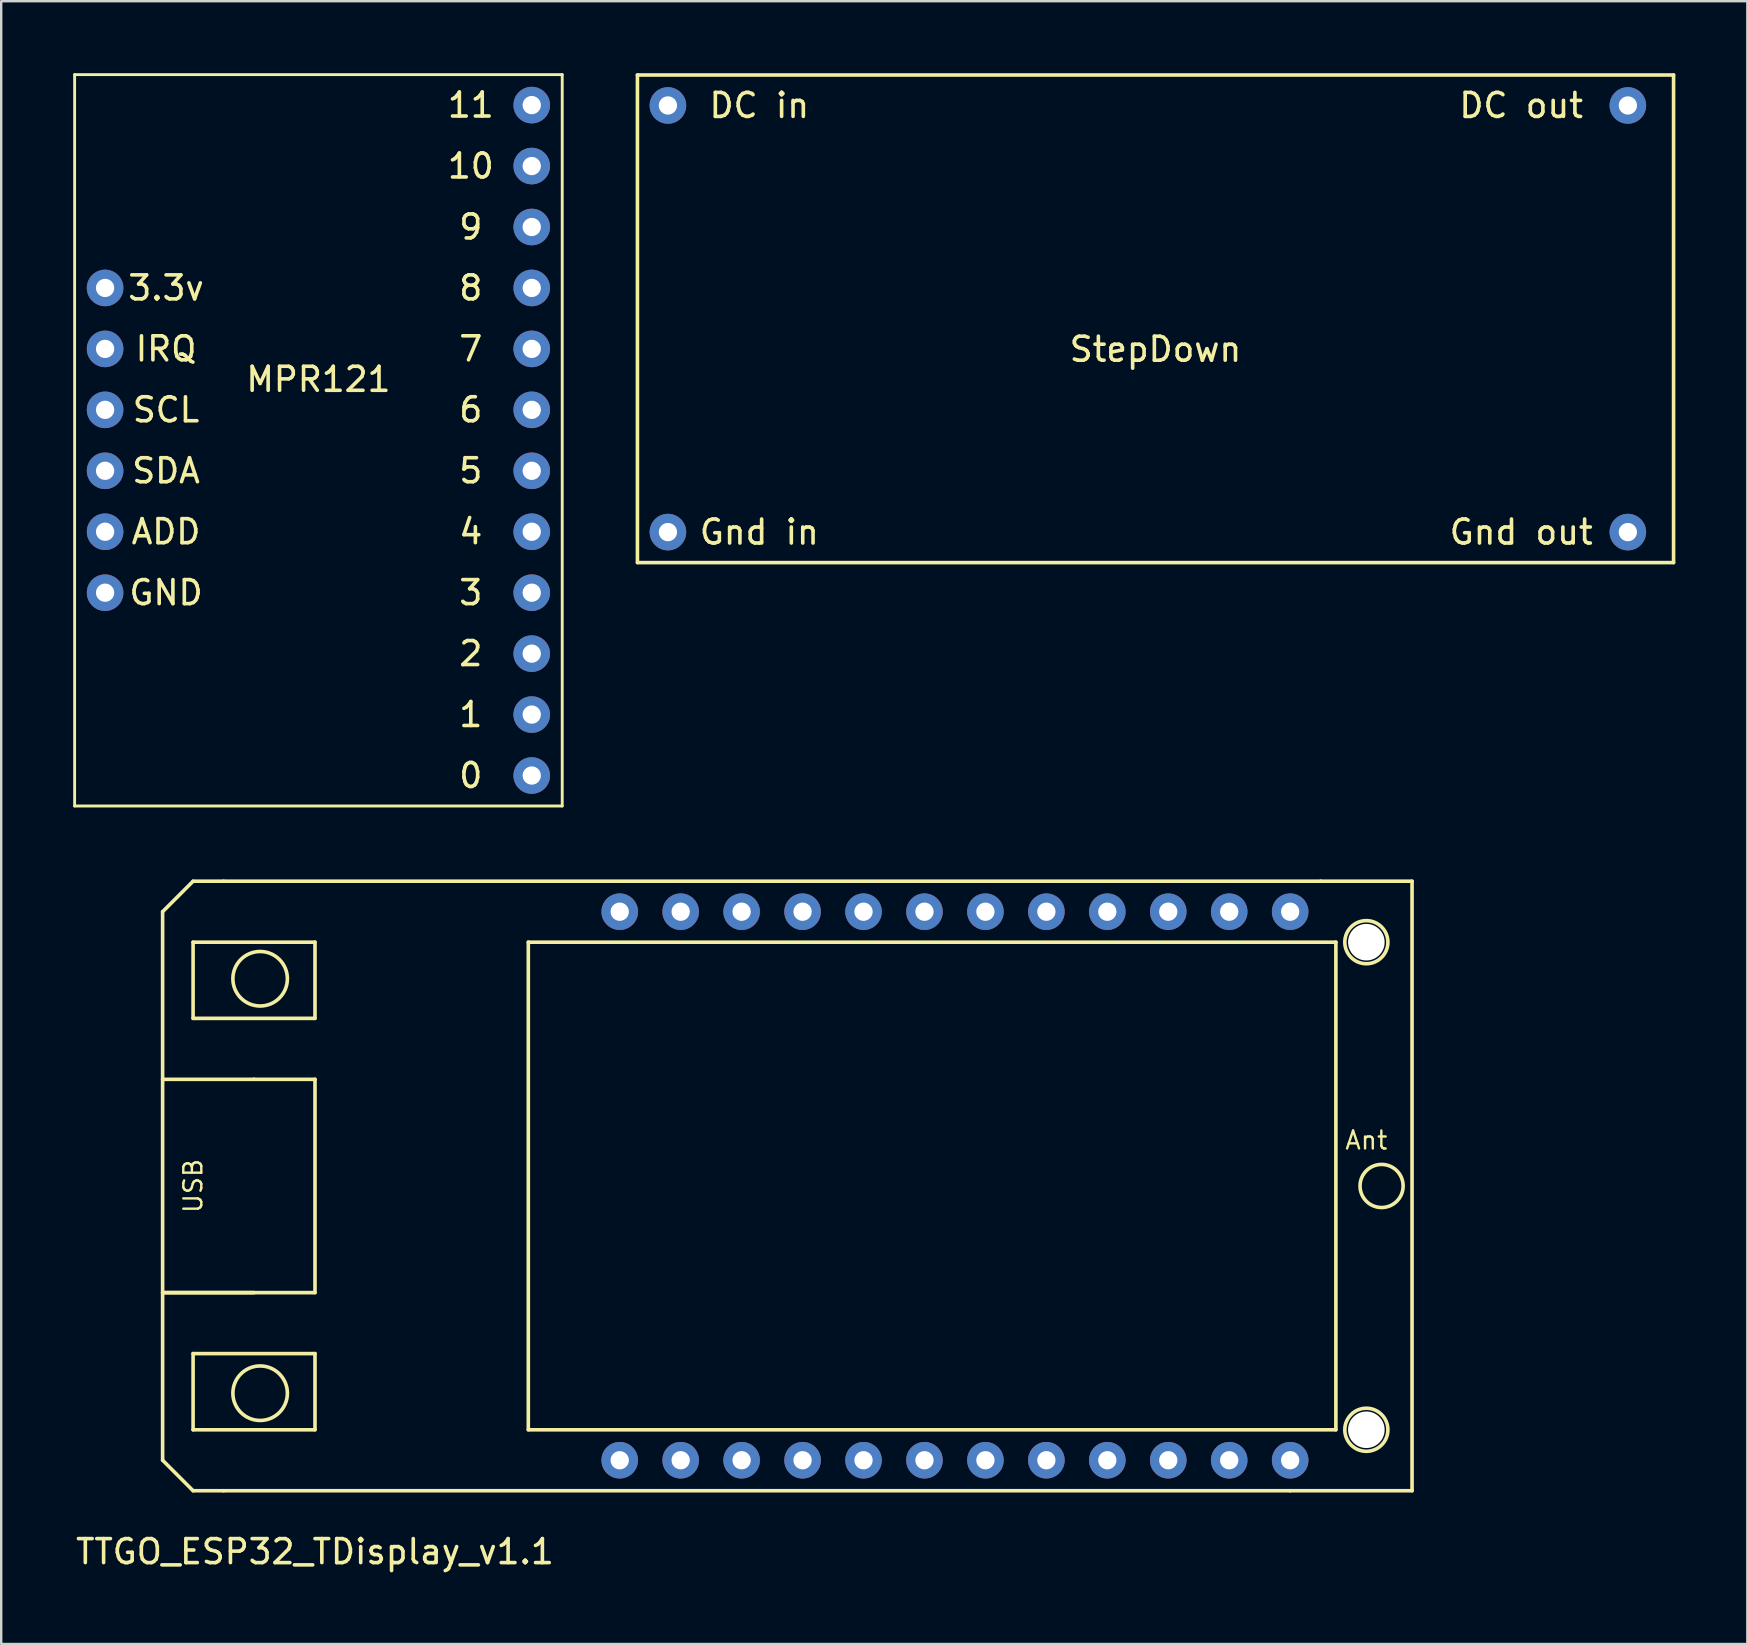
<source format=kicad_pcb>
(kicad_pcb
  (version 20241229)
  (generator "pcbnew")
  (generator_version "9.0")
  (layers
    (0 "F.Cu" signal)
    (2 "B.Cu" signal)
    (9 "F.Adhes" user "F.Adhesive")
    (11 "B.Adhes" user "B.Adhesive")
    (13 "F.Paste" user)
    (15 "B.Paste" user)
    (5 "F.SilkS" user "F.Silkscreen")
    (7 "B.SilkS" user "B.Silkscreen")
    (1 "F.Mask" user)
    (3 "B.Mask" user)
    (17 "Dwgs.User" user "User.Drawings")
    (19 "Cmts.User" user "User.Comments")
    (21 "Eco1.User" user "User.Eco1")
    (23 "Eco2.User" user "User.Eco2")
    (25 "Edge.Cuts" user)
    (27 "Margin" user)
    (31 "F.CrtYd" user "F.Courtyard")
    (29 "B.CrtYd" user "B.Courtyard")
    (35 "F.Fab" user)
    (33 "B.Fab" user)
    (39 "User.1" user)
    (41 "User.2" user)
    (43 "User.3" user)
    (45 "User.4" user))
  (footprint "MPR121"
    (layer "F.Cu")
    (at 14.03 14.03)
    (property "Reference" "MPR121" (at -3.81 -1.27 0) (layer "F.SilkS") (effects (font (size 1 1) (thickness 0.15))))
    (attr through_hole)
    (fp_line (start -13.97 -13.97) (end -13.97 16.51) (stroke (width 0.12) (type solid)) (layer "F.SilkS"))
    (fp_line (start -13.97 16.51) (end 6.35 16.51) (stroke (width 0.12) (type solid)) (layer "F.SilkS"))
    (fp_line (start 6.35 -13.97) (end -13.97 -13.97) (stroke (width 0.12) (type solid)) (layer "F.SilkS"))
    (fp_line (start 6.35 16.51) (end 6.35 -13.97) (stroke (width 0.12) (type solid)) (layer "F.SilkS"))
    (fp_text user "10" (at 2.54 -10.16 0) (layer "F.SilkS") (effects (font (size 1 1) (thickness 0.15))))
    (fp_text user "8" (at 2.54 -5.08 0) (layer "F.SilkS") (effects (font (size 1 1) (thickness 0.15))))
    (fp_text user "9" (at 2.54 -7.62 0) (layer "F.SilkS") (effects (font (size 1 1) (thickness 0.15))))
    (fp_text user "ADD" (at -10.16 5.08 0) (layer "F.SilkS") (effects (font (size 1 1) (thickness 0.15))))
    (fp_text user "7" (at 2.54 -2.54 0) (layer "F.SilkS") (effects (font (size 1 1) (thickness 0.15))))
    (fp_text user "IRQ" (at -10.16 -2.54 0) (layer "F.SilkS") (effects (font (size 1 1) (thickness 0.15))))
    (fp_text user "0" (at 2.54 15.24 0) (layer "F.SilkS") (effects (font (size 1 1) (thickness 0.15))))
    (fp_text user "1" (at 2.54 12.7 0) (layer "F.SilkS") (effects (font (size 1 1) (thickness 0.15))))
    (fp_text user "SDA" (at -10.16 2.54 0) (layer "F.SilkS") (effects (font (size 1 1) (thickness 0.15))))
    (fp_text user "11" (at 2.54 -12.7 0) (layer "F.SilkS") (effects (font (size 1 1) (thickness 0.15))))
    (fp_text user "2" (at 2.54 10.16 0) (layer "F.SilkS") (effects (font (size 1 1) (thickness 0.15))))
    (fp_text user "3.3v" (at -10.16 -5.08 0) (layer "F.SilkS") (effects (font (size 1 1) (thickness 0.15))))
    (fp_text user "3" (at 2.54 7.62 0) (layer "F.SilkS") (effects (font (size 1 1) (thickness 0.15))))
    (fp_text user "SCL" (at -10.16 0 0) (layer "F.SilkS") (effects (font (size 1 1) (thickness 0.15))))
    (fp_text user "6" (at 2.54 0 0) (layer "F.SilkS") (effects (font (size 1 1) (thickness 0.15))))
    (fp_text user "GND" (at -10.16 7.62 0) (layer "F.SilkS") (effects (font (size 1 1) (thickness 0.15))))
    (fp_text user "4" (at 2.54 5.08 0) (layer "F.SilkS") (effects (font (size 1 1) (thickness 0.15))))
    (fp_text user "5" (at 2.54 2.54 0) (layer "F.SilkS") (effects (font (size 1 1) (thickness 0.15))))
    (pad "1" thru_hole circle (at -12.7 7.62) (size 1.524 1.524) (drill 0.762) (layers "*.Cu" "*.Mask"))
    (pad "2" thru_hole circle (at -12.7 5.08) (size 1.524 1.524) (drill 0.762) (layers "*.Cu" "*.Mask"))
    (pad "3" thru_hole circle (at -12.7 2.54) (size 1.524 1.524) (drill 0.762) (layers "*.Cu" "*.Mask"))
    (pad "4" thru_hole circle (at -12.7 0) (size 1.524 1.524) (drill 0.762) (layers "*.Cu" "*.Mask"))
    (pad "5" thru_hole circle (at -12.7 -2.54) (size 1.524 1.524) (drill 0.762) (layers "*.Cu" "*.Mask"))
    (pad "6" thru_hole circle (at -12.7 -5.08) (size 1.524 1.524) (drill 0.762) (layers "*.Cu" "*.Mask"))
    (pad "7" thru_hole circle (at 5.08 15.24) (size 1.524 1.524) (drill 0.762) (layers "*.Cu" "*.Mask"))
    (pad "8" thru_hole circle (at 5.08 12.7) (size 1.524 1.524) (drill 0.762) (layers "*.Cu" "*.Mask"))
    (pad "9" thru_hole circle (at 5.08 10.16) (size 1.524 1.524) (drill 0.762) (layers "*.Cu" "*.Mask"))
    (pad "10" thru_hole circle (at 5.08 7.62) (size 1.524 1.524) (drill 0.762) (layers "*.Cu" "*.Mask"))
    (pad "11" thru_hole circle (at 5.08 5.08) (size 1.524 1.524) (drill 0.762) (layers "*.Cu" "*.Mask"))
    (pad "12" thru_hole circle (at 5.08 2.54) (size 1.524 1.524) (drill 0.762) (layers "*.Cu" "*.Mask"))
    (pad "13" thru_hole circle (at 5.08 0) (size 1.524 1.524) (drill 0.762) (layers "*.Cu" "*.Mask"))
    (pad "14" thru_hole circle (at 5.08 -2.54) (size 1.524 1.524) (drill 0.762) (layers "*.Cu" "*.Mask"))
    (pad "15" thru_hole circle (at 5.08 -5.08) (size 1.524 1.524) (drill 0.762) (layers "*.Cu" "*.Mask"))
    (pad "16" thru_hole circle (at 5.08 -7.62) (size 1.524 1.524) (drill 0.762) (layers "*.Cu" "*.Mask"))
    (pad "17" thru_hole circle (at 5.08 -10.16) (size 1.524 1.524) (drill 0.762) (layers "*.Cu" "*.Mask"))
    (pad "18" thru_hole circle (at 5.08 -12.7 90) (size 1.524 1.524) (drill 0.762) (layers "*.Cu" "*.Mask")))
  (footprint "TTGO_ESP32_TDisplay_v1.1"
    (layer "F.Cu")
    (at 6.267 59.075)
    (property "Reference" "TTGO_ESP32_TDisplay_v1.1" (at 3.81 2.54 0) (layer "F.SilkS") (effects (font (size 1 1) (thickness 0.15))))
    (attr through_hole)
    (fp_line (start -2.54 -24.13) (end -1.27 -25.4) (stroke (width 0.15) (type solid)) (layer "F.SilkS"))
    (fp_line (start -2.54 -8.255) (end 1.27 -8.255) (stroke (width 0.15) (type solid)) (layer "F.SilkS"))
    (fp_line (start -2.54 -1.27) (end -2.54 -24.13) (stroke (width 0.15) (type solid)) (layer "F.SilkS"))
    (fp_line (start -1.27 -25.4) (end 0 -25.4) (stroke (width 0.15) (type solid)) (layer "F.SilkS"))
    (fp_line (start -1.27 -22.86) (end 3.81 -22.86) (stroke (width 0.15) (type solid)) (layer "F.SilkS"))
    (fp_line (start -1.27 -19.685) (end -1.27 -22.86) (stroke (width 0.15) (type solid)) (layer "F.SilkS"))
    (fp_line (start -1.27 -5.715) (end 3.81 -5.715) (stroke (width 0.15) (type solid)) (layer "F.SilkS"))
    (fp_line (start -1.27 -2.54) (end -1.27 -5.715) (stroke (width 0.15) (type solid)) (layer "F.SilkS"))
    (fp_line (start -1.27 0) (end -2.54 -1.27) (stroke (width 0.15) (type solid)) (layer "F.SilkS"))
    (fp_line (start 0 0) (end -1.27 0) (stroke (width 0.15) (type solid)) (layer "F.SilkS"))
    (fp_line (start 1.27 -17.145) (end -2.54 -17.145) (stroke (width 0.15) (type solid)) (layer "F.SilkS"))
    (fp_line (start 1.27 -17.145) (end 3.81 -17.145) (stroke (width 0.15) (type solid)) (layer "F.SilkS"))
    (fp_line (start 3.81 -22.86) (end 3.81 -19.685) (stroke (width 0.15) (type solid)) (layer "F.SilkS"))
    (fp_line (start 3.81 -19.685) (end -1.27 -19.685) (stroke (width 0.15) (type solid)) (layer "F.SilkS"))
    (fp_line (start 3.81 -17.145) (end 3.81 -8.255) (stroke (width 0.15) (type solid)) (layer "F.SilkS"))
    (fp_line (start 3.81 -8.255) (end -2.54 -8.255) (stroke (width 0.15) (type solid)) (layer "F.SilkS"))
    (fp_line (start 3.81 -5.715) (end 3.81 -2.54) (stroke (width 0.15) (type solid)) (layer "F.SilkS"))
    (fp_line (start 3.81 -2.54) (end -1.27 -2.54) (stroke (width 0.15) (type solid)) (layer "F.SilkS"))
    (fp_line (start 12.7 -22.86) (end 46.355 -22.86) (stroke (width 0.15) (type solid)) (layer "F.SilkS"))
    (fp_line (start 12.7 -2.54) (end 12.7 -22.86) (stroke (width 0.15) (type solid)) (layer "F.SilkS"))
    (fp_line (start 44.45 0) (end 0 0) (stroke (width 0.15) (type solid)) (layer "F.SilkS"))
    (fp_line (start 45.72 -25.4) (end 0 -25.4) (stroke (width 0.15) (type solid)) (layer "F.SilkS"))
    (fp_line (start 46.355 -22.86) (end 46.355 -2.54) (stroke (width 0.15) (type solid)) (layer "F.SilkS"))
    (fp_line (start 46.355 -2.54) (end 12.7 -2.54) (stroke (width 0.15) (type solid)) (layer "F.SilkS"))
    (fp_line (start 49.53 -25.4) (end 45.72 -25.4) (stroke (width 0.15) (type solid)) (layer "F.SilkS"))
    (fp_line (start 49.53 -25.4) (end 49.53 0) (stroke (width 0.15) (type solid)) (layer "F.SilkS"))
    (fp_line (start 49.53 0) (end 44.45 0) (stroke (width 0.15) (type solid)) (layer "F.SilkS"))
    (fp_circle (center 1.524 -21.336) (end 2.54 -21.844) (stroke (width 0.15) (type solid)) (fill no) (layer "F.SilkS"))
    (fp_circle (center 1.524 -4.064) (end 2.54 -4.572) (stroke (width 0.15) (type solid)) (fill no) (layer "F.SilkS"))
    (fp_circle (center 47.625 -22.86) (end 48.26 -23.495) (stroke (width 0.15) (type solid)) (fill no) (layer "F.SilkS"))
    (fp_circle (center 47.625 -2.54) (end 48.26 -3.175) (stroke (width 0.15) (type solid)) (fill no) (layer "F.SilkS"))
    (fp_circle (center 48.26 -12.7) (end 48.895 -13.335) (stroke (width 0.15) (type solid)) (fill no) (layer "F.SilkS"))
    (fp_text user "Ant" (at 47.625 -14.605 0) (layer "F.SilkS") (effects (font (size 0.75 0.75) (thickness 0.1))))
    (fp_text user "USB" (at -1.27 -12.7 90) (layer "F.SilkS") (effects (font (size 0.75 0.75) (thickness 0.1))))
    (pad "" np_thru_hole circle (at 47.625 -22.86) (size 1.524 1.524) (drill 1.524) (layers "*.Cu" "*.Mask"))
    (pad "" np_thru_hole circle (at 47.625 -2.54) (size 1.524 1.524) (drill 1.524) (layers "*.Cu" "*.Mask"))
    (pad "1" thru_hole circle (at 16.51 -1.27) (size 1.524 1.524) (drill 0.762) (layers "*.Cu" "*.Mask"))
    (pad "2" thru_hole circle (at 19.05 -1.27) (size 1.524 1.524) (drill 0.762) (layers "*.Cu" "*.Mask"))
    (pad "3" thru_hole circle (at 21.59 -1.27) (size 1.524 1.524) (drill 0.762) (layers "*.Cu" "*.Mask"))
    (pad "4" thru_hole circle (at 24.13 -1.27) (size 1.524 1.524) (drill 0.762) (layers "*.Cu" "*.Mask"))
    (pad "5" thru_hole circle (at 26.67 -1.27) (size 1.524 1.524) (drill 0.762) (layers "*.Cu" "*.Mask"))
    (pad "6" thru_hole circle (at 29.21 -1.27) (size 1.524 1.524) (drill 0.762) (layers "*.Cu" "*.Mask"))
    (pad "7" thru_hole circle (at 31.75 -1.27) (size 1.524 1.524) (drill 0.762) (layers "*.Cu" "*.Mask"))
    (pad "8" thru_hole circle (at 34.29 -1.27) (size 1.524 1.524) (drill 0.762) (layers "*.Cu" "*.Mask"))
    (pad "9" thru_hole circle (at 36.83 -1.27) (size 1.524 1.524) (drill 0.762) (layers "*.Cu" "*.Mask"))
    (pad "10" thru_hole circle (at 39.37 -1.27) (size 1.524 1.524) (drill 0.762) (layers "*.Cu" "*.Mask"))
    (pad "11" thru_hole circle (at 41.91 -1.27) (size 1.524 1.524) (drill 0.762) (layers "*.Cu" "*.Mask"))
    (pad "12" thru_hole circle (at 44.45 -1.27) (size 1.524 1.524) (drill 0.762) (layers "*.Cu" "*.Mask"))
    (pad "13" thru_hole circle (at 44.45 -24.13) (size 1.524 1.524) (drill 0.762) (layers "*.Cu" "*.Mask"))
    (pad "14" thru_hole circle (at 41.91 -24.13) (size 1.524 1.524) (drill 0.762) (layers "*.Cu" "*.Mask"))
    (pad "15" thru_hole circle (at 39.37 -24.13) (size 1.524 1.524) (drill 0.762) (layers "*.Cu" "*.Mask"))
    (pad "16" thru_hole circle (at 36.83 -24.13) (size 1.524 1.524) (drill 0.762) (layers "*.Cu" "*.Mask"))
    (pad "17" thru_hole circle (at 34.29 -24.13) (size 1.524 1.524) (drill 0.762) (layers "*.Cu" "*.Mask"))
    (pad "18" thru_hole circle (at 31.75 -24.13) (size 1.524 1.524) (drill 0.762) (layers "*.Cu" "*.Mask"))
    (pad "19" thru_hole circle (at 29.21 -24.13) (size 1.524 1.524) (drill 0.762) (layers "*.Cu" "*.Mask"))
    (pad "20" thru_hole circle (at 26.67 -24.13) (size 1.524 1.524) (drill 0.762) (layers "*.Cu" "*.Mask"))
    (pad "21" thru_hole circle (at 24.13 -24.13) (size 1.524 1.524) (drill 0.762) (layers "*.Cu" "*.Mask"))
    (pad "22" thru_hole circle (at 21.59 -24.13) (size 1.524 1.524) (drill 0.762) (layers "*.Cu" "*.Mask"))
    (pad "23" thru_hole circle (at 19.05 -24.13) (size 1.524 1.524) (drill 0.762) (layers "*.Cu" "*.Mask"))
    (pad "24" thru_hole circle (at 16.51 -24.13) (size 1.524 1.524) (drill 0.762) (layers "*.Cu" "*.Mask")))
  (footprint "StepDown"
    (layer "F.Cu")
    (at 45.105 11.505)
    (property "Reference" "StepDown" (at 0 0 0) (layer "F.SilkS") (effects (font (size 1 1) (thickness 0.15))))
    (attr through_hole)
    (fp_line (start -21.59 -11.43) (end 21.59 -11.43) (stroke (width 0.15) (type solid)) (layer "F.SilkS"))
    (fp_line (start -21.59 8.89) (end -21.59 -11.43) (stroke (width 0.15) (type solid)) (layer "F.SilkS"))
    (fp_line (start 21.59 -11.43) (end 21.59 8.89) (stroke (width 0.15) (type solid)) (layer "F.SilkS"))
    (fp_line (start 21.59 8.89) (end -21.59 8.89) (stroke (width 0.15) (type solid)) (layer "F.SilkS"))
    (fp_text user "Gnd out" (at 15.24 7.62 0) (layer "F.SilkS") (effects (font (size 1 1) (thickness 0.15))))
    (fp_text user "Gnd in" (at -16.51 7.62 0) (layer "F.SilkS") (effects (font (size 1 1) (thickness 0.15))))
    (fp_text user "DC out" (at 15.24 -10.16 0) (layer "F.SilkS") (effects (font (size 1 1) (thickness 0.15))))
    (fp_text user "DC in" (at -16.51 -10.16 0) (layer "F.SilkS") (effects (font (size 1 1) (thickness 0.15))))
    (pad "1" thru_hole circle (at -20.32 -10.16) (size 1.524 1.524) (drill 0.762) (layers "*.Cu" "*.Mask"))
    (pad "2" thru_hole circle (at -20.32 7.62) (size 1.524 1.524) (drill 0.762) (layers "*.Cu" "*.Mask"))
    (pad "3" thru_hole circle (at 19.685 -10.16) (size 1.524 1.524) (drill 0.762) (layers "*.Cu" "*.Mask"))
    (pad "4" thru_hole circle (at 19.685 7.62) (size 1.524 1.524) (drill 0.762) (layers "*.Cu" "*.Mask")))
  (gr_rect
    (start -3 -3)
    (end 69.77 65.463)
    (stroke (width 0.1) (type default))
    (fill no)
    (layer "Edge.Cuts")))
</source>
